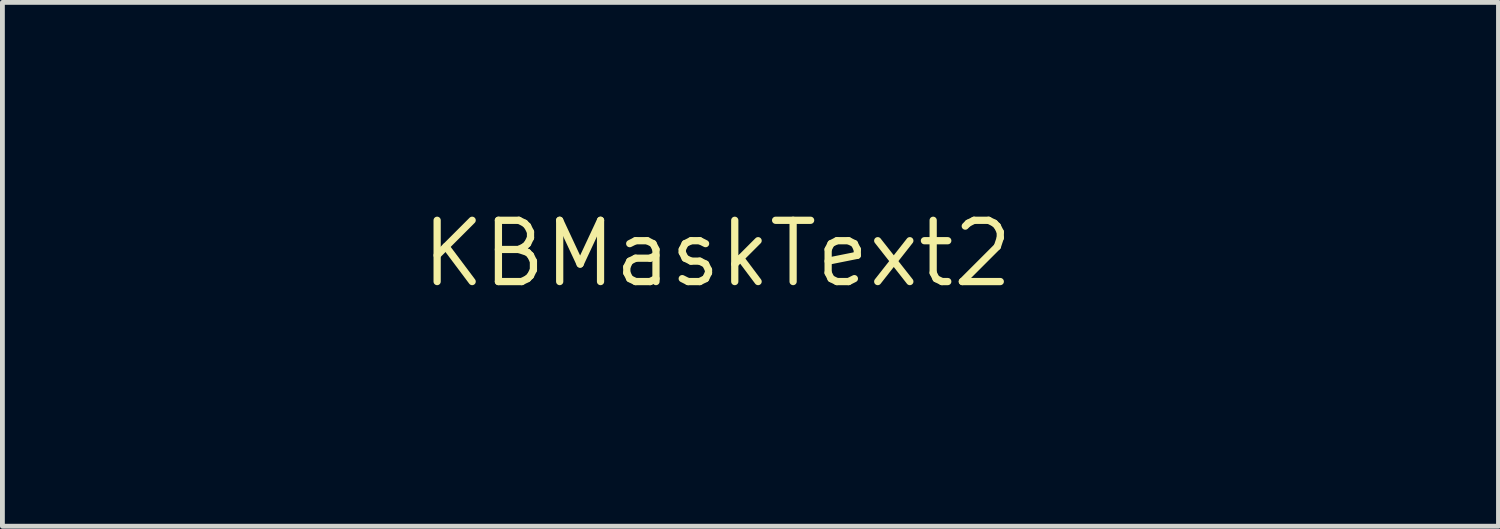
<source format=kicad_pcb>
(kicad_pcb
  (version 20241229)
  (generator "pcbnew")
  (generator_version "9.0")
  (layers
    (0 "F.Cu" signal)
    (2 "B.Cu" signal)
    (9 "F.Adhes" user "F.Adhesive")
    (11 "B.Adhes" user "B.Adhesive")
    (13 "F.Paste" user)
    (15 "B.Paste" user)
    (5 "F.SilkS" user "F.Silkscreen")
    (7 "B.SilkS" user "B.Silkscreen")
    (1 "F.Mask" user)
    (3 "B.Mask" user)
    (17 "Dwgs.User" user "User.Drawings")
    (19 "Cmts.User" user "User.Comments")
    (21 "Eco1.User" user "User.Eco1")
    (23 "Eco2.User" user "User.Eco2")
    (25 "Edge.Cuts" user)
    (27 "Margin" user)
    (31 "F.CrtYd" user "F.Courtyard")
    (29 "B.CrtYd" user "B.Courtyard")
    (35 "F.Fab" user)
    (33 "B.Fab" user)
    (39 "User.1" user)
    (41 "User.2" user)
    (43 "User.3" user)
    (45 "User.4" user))
  (footprint "KBMaskText2"
    (layer "F.Cu")
    (at 11.816 2.206)
    (property "Reference" "KBMaskText2" (at 0 0 0) (layer "F.SilkS") (effects (font (size 1.27 1.27) (thickness 0.15))))
    (attr through_hole)
    (fp_poly (pts (xy -8.086 1.651) (xy -8.445 1.651) (xy -8.445 -1.206) (xy -8.086 -1.206) (xy -8.086 1.651)) (stroke (width 0.01) (type solid)) (fill yes) (layer "F.Mask"))
    (fp_poly (pts (xy -8.234 -2.182) (xy -8.156 -2.158) (xy -8.09 -2.109) (xy -8.044 -2.036) (xy -8.029 -1.974) (xy -8.034 -1.877) (xy -8.073 -1.796) (xy -8.137 -1.735) (xy -8.217 -1.699) (xy -8.307 -1.694) (xy -8.398 -1.724) (xy -8.407 -1.73) (xy -8.477 -1.796) (xy -8.513 -1.887) (xy -8.519 -1.949) (xy -8.502 -2.041) (xy -8.457 -2.111) (xy -8.392 -2.158) (xy -8.315 -2.182) (xy -8.234 -2.182)) (stroke (width 0.01) (type solid)) (fill yes) (layer "F.Mask"))
    (fp_poly (pts (xy 10.816 -0.873) (xy 10.705 -0.859) (xy 10.546 -0.818) (xy 10.401 -0.74) (xy 10.274 -0.628) (xy 10.172 -0.486) (xy 10.142 -0.427) (xy 10.086 -0.307) (xy 10.08 0.672) (xy 10.074 1.651) (xy 9.716 1.651) (xy 9.716 0.725) (xy 9.716 0.48) (xy 9.717 0.273) (xy 9.719 0.099) (xy 9.723 -0.045) (xy 9.729 -0.164) (xy 9.737 -0.262) (xy 9.748 -0.344) (xy 9.762 -0.413) (xy 9.78 -0.475) (xy 9.802 -0.534) (xy 9.829 -0.594) (xy 9.846 -0.63) (xy 9.946 -0.792) (xy 10.074 -0.934) (xy 10.225 -1.051) (xy 10.391 -1.138) (xy 10.565 -1.19) (xy 10.659 -1.202) (xy 10.816 -1.212) (xy 10.816 -0.873)) (stroke (width 0.01) (type solid)) (fill yes) (layer "F.Mask"))
    (fp_poly (pts (xy -4.186 -1.133) (xy -4.18 -0.065) (xy -3.562 -0.636) (xy -2.943 -1.208) (xy -2.676 -1.202) (xy -2.408 -1.196) (xy -3.044 -0.626) (xy -3.68 -0.055) (xy -3.617 -0.009) (xy -3.599 0.006) (xy -3.577 0.026) (xy -3.551 0.054) (xy -3.517 0.093) (xy -3.475 0.145) (xy -3.421 0.213) (xy -3.353 0.299) (xy -3.27 0.406) (xy -3.17 0.538) (xy -3.05 0.696) (xy -2.908 0.883) (xy -2.787 1.042) (xy -2.327 1.651) (xy -2.787 1.651) (xy -3.313 0.962) (xy -3.428 0.811) (xy -3.536 0.671) (xy -3.635 0.544) (xy -3.722 0.434) (xy -3.793 0.346) (xy -3.845 0.282) (xy -3.876 0.247) (xy -3.882 0.242) (xy -3.923 0.219) (xy -3.96 0.217) (xy -4.003 0.239) (xy -4.062 0.287) (xy -4.086 0.31) (xy -4.191 0.408) (xy -4.191 1.651) (xy -4.551 1.651) (xy -4.551 -2.201) (xy -4.191 -2.201) (xy -4.186 -1.133)) (stroke (width 0.01) (type solid)) (fill yes) (layer "F.Mask"))
    (fp_poly (pts (xy -6.192 -1.194) (xy -6.106 -1.188) (xy -6.039 -1.177) (xy -5.977 -1.159) (xy -5.941 -1.146) (xy -5.768 -1.055) (xy -5.612 -0.93) (xy -5.478 -0.777) (xy -5.373 -0.604) (xy -5.335 -0.516) (xy -5.315 -0.457) (xy -5.298 -0.394) (xy -5.285 -0.321) (xy -5.274 -0.235) (xy -5.265 -0.131) (xy -5.259 -0.006) (xy -5.255 0.145) (xy -5.252 0.325) (xy -5.25 0.54) (xy -5.249 0.793) (xy -5.249 0.799) (xy -5.249 1.651) (xy -5.609 1.651) (xy -5.609 0.735) (xy -5.609 0.493) (xy -5.61 0.289) (xy -5.612 0.12) (xy -5.616 -0.02) (xy -5.622 -0.134) (xy -5.63 -0.226) (xy -5.641 -0.301) (xy -5.656 -0.363) (xy -5.675 -0.415) (xy -5.698 -0.463) (xy -5.725 -0.51) (xy -5.748 -0.545) (xy -5.846 -0.661) (xy -5.966 -0.755) (xy -6.1 -0.822) (xy -6.24 -0.858) (xy -6.369 -0.858) (xy -6.523 -0.816) (xy -6.665 -0.736) (xy -6.789 -0.624) (xy -6.889 -0.483) (xy -6.918 -0.427) (xy -6.974 -0.307) (xy -6.981 0.672) (xy -6.987 1.651) (xy -7.345 1.651) (xy -7.344 0.725) (xy -7.344 0.479) (xy -7.343 0.271) (xy -7.341 0.096) (xy -7.337 -0.049) (xy -7.331 -0.169) (xy -7.323 -0.268) (xy -7.311 -0.351) (xy -7.297 -0.421) (xy -7.279 -0.483) (xy -7.257 -0.542) (xy -7.23 -0.602) (xy -7.214 -0.635) (xy -7.117 -0.791) (xy -6.986 -0.933) (xy -6.832 -1.052) (xy -6.717 -1.117) (xy -6.644 -1.151) (xy -6.586 -1.173) (xy -6.532 -1.187) (xy -6.469 -1.193) (xy -6.385 -1.195) (xy -6.308 -1.195) (xy -6.192 -1.194)) (stroke (width 0.01) (type solid)) (fill yes) (layer "F.Mask"))
    (fp_poly (pts (xy 13.187 1.651) (xy 12.726 1.649) (xy 12.562 1.648) (xy 12.434 1.646) (xy 12.334 1.641) (xy 12.257 1.634) (xy 12.195 1.625) (xy 12.142 1.612) (xy 12.139 1.611) (xy 11.907 1.524) (xy 11.701 1.406) (xy 11.521 1.262) (xy 11.37 1.095) (xy 11.249 0.91) (xy 11.159 0.709) (xy 11.102 0.496) (xy 11.08 0.28) (xy 11.435 0.28) (xy 11.46 0.47) (xy 11.521 0.653) (xy 11.613 0.823) (xy 11.734 0.976) (xy 11.88 1.105) (xy 12.048 1.207) (xy 12.233 1.275) (xy 12.248 1.279) (xy 12.324 1.292) (xy 12.425 1.302) (xy 12.537 1.309) (xy 12.599 1.311) (xy 12.827 1.312) (xy 12.827 -0.82) (xy 12.578 -0.811) (xy 12.385 -0.796) (xy 12.224 -0.768) (xy 12.084 -0.723) (xy 11.956 -0.658) (xy 11.926 -0.639) (xy 11.767 -0.512) (xy 11.633 -0.354) (xy 11.53 -0.173) (xy 11.462 0.024) (xy 11.449 0.087) (xy 11.435 0.28) (xy 11.08 0.28) (xy 11.08 0.276) (xy 11.094 0.052) (xy 11.145 -0.172) (xy 11.236 -0.392) (xy 11.284 -0.479) (xy 11.372 -0.603) (xy 11.486 -0.73) (xy 11.614 -0.848) (xy 11.743 -0.945) (xy 11.78 -0.968) (xy 11.906 -1.037) (xy 12.025 -1.088) (xy 12.147 -1.123) (xy 12.285 -1.146) (xy 12.451 -1.161) (xy 12.497 -1.163) (xy 12.617 -1.17) (xy 12.701 -1.177) (xy 12.758 -1.185) (xy 12.793 -1.196) (xy 12.814 -1.211) (xy 12.819 -1.218) (xy 12.829 -1.241) (xy 12.837 -1.284) (xy 12.842 -1.351) (xy 12.846 -1.447) (xy 12.848 -1.575) (xy 12.848 -1.729) (xy 12.848 -2.201) (xy 13.187 -2.201) (xy 13.187 1.651)) (stroke (width 0.01) (type solid)) (fill yes) (layer "F.Mask"))
    (fp_poly (pts (xy -11.234 -2.201) (xy -10.994 -2.199) (xy -10.791 -2.195) (xy -10.62 -2.186) (xy -10.476 -2.173) (xy -10.353 -2.154) (xy -10.246 -2.128) (xy -10.15 -2.094) (xy -10.06 -2.052) (xy -9.97 -2.001) (xy -9.922 -1.97) (xy -9.72 -1.812) (xy -9.544 -1.625) (xy -9.396 -1.412) (xy -9.275 -1.178) (xy -9.184 -0.927) (xy -9.123 -0.663) (xy -9.092 -0.39) (xy -9.094 -0.113) (xy -9.128 0.164) (xy -9.196 0.437) (xy -9.299 0.702) (xy -9.313 0.73) (xy -9.444 0.959) (xy -9.603 1.161) (xy -9.785 1.334) (xy -9.988 1.473) (xy -10.208 1.577) (xy -10.272 1.599) (xy -10.319 1.613) (xy -10.361 1.625) (xy -10.406 1.633) (xy -10.457 1.64) (xy -10.52 1.645) (xy -10.601 1.648) (xy -10.705 1.65) (xy -10.837 1.651) (xy -11.002 1.651) (xy -11.124 1.651) (xy -11.811 1.651) (xy -11.811 -1.841) (xy -11.472 -1.841) (xy -11.472 1.316) (xy -10.959 1.308) (xy -10.796 1.305) (xy -10.67 1.302) (xy -10.573 1.299) (xy -10.5 1.294) (xy -10.445 1.287) (xy -10.401 1.277) (xy -10.363 1.265) (xy -10.331 1.252) (xy -10.139 1.149) (xy -9.964 1.01) (xy -9.81 0.839) (xy -9.68 0.638) (xy -9.575 0.412) (xy -9.499 0.165) (xy -9.495 0.148) (xy -9.453 -0.126) (xy -9.451 -0.398) (xy -9.491 -0.672) (xy -9.545 -0.873) (xy -9.633 -1.089) (xy -9.746 -1.287) (xy -9.883 -1.46) (xy -10.038 -1.605) (xy -10.207 -1.719) (xy -10.387 -1.796) (xy -10.473 -1.818) (xy -10.529 -1.825) (xy -10.618 -1.832) (xy -10.733 -1.837) (xy -10.865 -1.84) (xy -11.005 -1.841) (xy -11.029 -1.841) (xy -11.472 -1.841) (xy -11.811 -1.841) (xy -11.811 -2.201) (xy -11.234 -2.201)) (stroke (width 0.01) (type solid)) (fill yes) (layer "F.Mask"))
    (fp_poly (pts (xy 5.546 -1.19) (xy 5.738 -1.138) (xy 5.916 -1.049) (xy 6.085 -0.92) (xy 6.16 -0.849) (xy 6.315 -0.663) (xy 6.436 -0.451) (xy 6.523 -0.215) (xy 6.533 -0.18) (xy 6.555 -0.062) (xy 6.568 0.08) (xy 6.572 0.233) (xy 6.568 0.384) (xy 6.555 0.52) (xy 6.534 0.624) (xy 6.443 0.872) (xy 6.326 1.088) (xy 6.185 1.272) (xy 6.019 1.423) (xy 5.83 1.539) (xy 5.655 1.609) (xy 5.506 1.641) (xy 5.338 1.652) (xy 5.168 1.644) (xy 5.014 1.615) (xy 4.973 1.603) (xy 4.768 1.511) (xy 4.584 1.384) (xy 4.424 1.225) (xy 4.289 1.036) (xy 4.184 0.821) (xy 4.124 0.641) (xy 4.092 0.477) (xy 4.077 0.293) (xy 4.078 0.177) (xy 4.428 0.177) (xy 4.44 0.385) (xy 4.466 0.517) (xy 4.533 0.716) (xy 4.626 0.89) (xy 4.74 1.036) (xy 4.872 1.152) (xy 5.018 1.237) (xy 5.175 1.288) (xy 5.339 1.303) (xy 5.506 1.279) (xy 5.646 1.228) (xy 5.805 1.132) (xy 5.94 1.004) (xy 6.051 0.851) (xy 6.135 0.677) (xy 6.192 0.489) (xy 6.22 0.291) (xy 6.217 0.089) (xy 6.181 -0.112) (xy 6.112 -0.305) (xy 6.094 -0.343) (xy 6.002 -0.488) (xy 5.884 -0.621) (xy 5.75 -0.732) (xy 5.654 -0.789) (xy 5.581 -0.823) (xy 5.52 -0.843) (xy 5.456 -0.853) (xy 5.373 -0.857) (xy 5.324 -0.857) (xy 5.225 -0.856) (xy 5.153 -0.848) (xy 5.093 -0.833) (xy 5.028 -0.806) (xy 5.006 -0.795) (xy 4.844 -0.693) (xy 4.705 -0.56) (xy 4.592 -0.401) (xy 4.507 -0.222) (xy 4.452 -0.027) (xy 4.428 0.177) (xy 4.078 0.177) (xy 4.079 0.104) (xy 4.097 -0.075) (xy 4.124 -0.197) (xy 4.205 -0.421) (xy 4.315 -0.627) (xy 4.45 -0.806) (xy 4.605 -0.953) (xy 4.621 -0.965) (xy 4.791 -1.077) (xy 4.961 -1.152) (xy 5.142 -1.194) (xy 5.335 -1.206) (xy 5.546 -1.19)) (stroke (width 0.01) (type solid)) (fill yes) (layer "F.Mask"))
    (fp_poly (pts (xy -1.185 -0.053) (xy -1.107 0.157) (xy -1.033 0.354) (xy -0.965 0.535) (xy -0.904 0.697) (xy -0.851 0.836) (xy -0.808 0.949) (xy -0.776 1.032) (xy -0.757 1.082) (xy -0.75 1.095) (xy -0.742 1.075) (xy -0.721 1.019) (xy -0.688 0.93) (xy -0.644 0.813) (xy -0.591 0.672) (xy -0.53 0.509) (xy -0.463 0.328) (xy -0.39 0.134) (xy -0.364 0.064) (xy -0.289 -0.139) (xy -0.217 -0.333) (xy -0.149 -0.514) (xy -0.088 -0.678) (xy -0.035 -0.821) (xy 0.009 -0.938) (xy 0.041 -1.025) (xy 0.061 -1.078) (xy 0.063 -1.085) (xy 0.109 -1.206) (xy 0.29 -1.206) (xy 0.377 -1.206) (xy 0.43 -1.202) (xy 0.456 -1.194) (xy 0.462 -1.18) (xy 0.46 -1.169) (xy 0.448 -1.13) (xy 0.421 -1.055) (xy 0.383 -0.949) (xy 0.333 -0.815) (xy 0.275 -0.657) (xy 0.208 -0.479) (xy 0.135 -0.284) (xy 0.058 -0.076) (xy -0.024 0.141) (xy -0.108 0.363) (xy -0.192 0.587) (xy -0.276 0.808) (xy -0.358 1.024) (xy -0.437 1.23) (xy -0.51 1.422) (xy -0.577 1.597) (xy -0.637 1.751) (xy -0.687 1.881) (xy -0.727 1.982) (xy -0.755 2.05) (xy -0.769 2.083) (xy -0.882 2.253) (xy -1.024 2.397) (xy -1.19 2.512) (xy -1.375 2.593) (xy -1.571 2.638) (xy -1.696 2.646) (xy -1.799 2.646) (xy -1.799 2.286) (xy -1.655 2.286) (xy -1.506 2.269) (xy -1.373 2.217) (xy -1.249 2.126) (xy -1.2 2.076) (xy -1.093 1.94) (xy -1.026 1.8) (xy -0.999 1.652) (xy -1.01 1.489) (xy -1.027 1.409) (xy -1.041 1.361) (xy -1.069 1.278) (xy -1.109 1.164) (xy -1.159 1.023) (xy -1.219 0.859) (xy -1.285 0.678) (xy -1.357 0.483) (xy -1.433 0.278) (xy -1.465 0.192) (xy -1.544 -0.016) (xy -1.619 -0.218) (xy -1.69 -0.407) (xy -1.755 -0.58) (xy -1.812 -0.734) (xy -1.86 -0.862) (xy -1.898 -0.961) (xy -1.922 -1.027) (xy -1.928 -1.042) (xy -1.989 -1.206) (xy -1.615 -1.206) (xy -1.185 -0.053)) (stroke (width 0.01) (type solid)) (fill yes) (layer "F.Mask"))
    (fp_poly (pts (xy 8.175 -1.198) (xy 8.291 -1.18) (xy 8.31 -1.175) (xy 8.497 -1.102) (xy 8.665 -1.001) (xy 8.808 -0.876) (xy 8.917 -0.732) (xy 8.945 -0.683) (xy 9.006 -0.561) (xy 9.006 1.005) (xy 8.944 1.129) (xy 8.85 1.271) (xy 8.722 1.398) (xy 8.568 1.506) (xy 8.396 1.588) (xy 8.295 1.62) (xy 8.188 1.639) (xy 8.058 1.649) (xy 7.92 1.648) (xy 7.787 1.639) (xy 7.675 1.621) (xy 7.641 1.611) (xy 7.439 1.527) (xy 7.268 1.418) (xy 7.128 1.284) (xy 7.024 1.128) (xy 7.016 1.111) (xy 6.984 1.043) (xy 6.966 0.983) (xy 6.956 0.916) (xy 6.954 0.844) (xy 7.291 0.844) (xy 7.293 0.854) (xy 7.34 0.975) (xy 7.425 1.084) (xy 7.545 1.178) (xy 7.614 1.216) (xy 7.701 1.251) (xy 7.805 1.279) (xy 7.907 1.297) (xy 7.992 1.302) (xy 8.012 1.3) (xy 8.059 1.293) (xy 8.125 1.284) (xy 8.146 1.281) (xy 8.275 1.247) (xy 8.402 1.183) (xy 8.514 1.099) (xy 8.6 1) (xy 8.621 0.966) (xy 8.64 0.925) (xy 8.653 0.88) (xy 8.662 0.822) (xy 8.669 0.742) (xy 8.673 0.632) (xy 8.675 0.577) (xy 8.682 0.275) (xy 8.527 0.277) (xy 8.446 0.278) (xy 8.337 0.282) (xy 8.212 0.287) (xy 8.085 0.293) (xy 8.065 0.294) (xy 7.939 0.301) (xy 7.845 0.309) (xy 7.775 0.319) (xy 7.717 0.334) (xy 7.661 0.354) (xy 7.624 0.37) (xy 7.502 0.441) (xy 7.403 0.53) (xy 7.332 0.632) (xy 7.293 0.738) (xy 7.291 0.844) (xy 6.954 0.844) (xy 6.953 0.827) (xy 6.953 0.794) (xy 6.955 0.695) (xy 6.962 0.623) (xy 6.978 0.563) (xy 7.005 0.499) (xy 7.016 0.476) (xy 7.117 0.317) (xy 7.252 0.181) (xy 7.419 0.069) (xy 7.615 -0.015) (xy 7.638 -0.023) (xy 7.696 -0.039) (xy 7.758 -0.052) (xy 7.833 -0.061) (xy 7.927 -0.068) (xy 8.048 -0.074) (xy 8.203 -0.079) (xy 8.209 -0.079) (xy 8.639 -0.091) (xy 8.661 -0.146) (xy 8.671 -0.197) (xy 8.675 -0.271) (xy 8.672 -0.333) (xy 8.642 -0.478) (xy 8.576 -0.604) (xy 8.478 -0.708) (xy 8.352 -0.786) (xy 8.202 -0.835) (xy 8.03 -0.854) (xy 8.012 -0.854) (xy 7.835 -0.833) (xy 7.675 -0.774) (xy 7.532 -0.676) (xy 7.409 -0.542) (xy 7.396 -0.523) (xy 7.354 -0.463) (xy 7.211 -0.572) (xy 7.068 -0.68) (xy 7.17 -0.81) (xy 7.291 -0.938) (xy 7.433 -1.048) (xy 7.584 -1.13) (xy 7.641 -1.152) (xy 7.755 -1.18) (xy 7.893 -1.197) (xy 8.038 -1.204) (xy 8.175 -1.198)) (stroke (width 0.01) (type solid)) (fill yes) (layer "F.Mask"))
    (fp_poly (pts (xy 1.857 -2.201) (xy 2.044 -2.2) (xy 2.224 -2.199) (xy 2.39 -2.196) (xy 2.537 -2.193) (xy 2.659 -2.189) (xy 2.75 -2.184) (xy 2.805 -2.18) (xy 2.992 -2.133) (xy 3.167 -2.049) (xy 3.323 -1.934) (xy 3.455 -1.792) (xy 3.559 -1.628) (xy 3.627 -1.447) (xy 3.638 -1.401) (xy 3.661 -1.196) (xy 3.642 -0.996) (xy 3.583 -0.806) (xy 3.485 -0.628) (xy 3.372 -0.489) (xy 3.262 -0.375) (xy 3.381 -0.267) (xy 3.531 -0.105) (xy 3.641 0.072) (xy 3.713 0.265) (xy 3.746 0.476) (xy 3.749 0.563) (xy 3.729 0.779) (xy 3.671 0.979) (xy 3.577 1.161) (xy 3.449 1.321) (xy 3.291 1.456) (xy 3.105 1.562) (xy 3.008 1.601) (xy 2.973 1.613) (xy 2.94 1.623) (xy 2.904 1.631) (xy 2.861 1.637) (xy 2.807 1.642) (xy 2.738 1.645) (xy 2.648 1.647) (xy 2.534 1.649) (xy 2.392 1.65) (xy 2.216 1.65) (xy 2.003 1.651) (xy 1.963 1.651) (xy 1.058 1.651) (xy 1.058 0.404) (xy 1.397 0.404) (xy 1.398 0.567) (xy 1.399 0.725) (xy 1.401 0.871) (xy 1.404 0.996) (xy 1.407 1.093) (xy 1.411 1.151) (xy 1.425 1.314) (xy 2.136 1.308) (xy 2.329 1.306) (xy 2.485 1.304) (xy 2.608 1.302) (xy 2.703 1.299) (xy 2.775 1.295) (xy 2.829 1.29) (xy 2.87 1.283) (xy 2.902 1.274) (xy 2.931 1.263) (xy 2.947 1.256) (xy 3.049 1.194) (xy 3.152 1.109) (xy 3.244 1.011) (xy 3.31 0.915) (xy 3.314 0.907) (xy 3.373 0.747) (xy 3.393 0.582) (xy 3.376 0.419) (xy 3.324 0.263) (xy 3.239 0.12) (xy 3.124 -0.002) (xy 2.98 -0.099) (xy 2.951 -0.114) (xy 2.923 -0.127) (xy 2.893 -0.137) (xy 2.856 -0.145) (xy 2.808 -0.152) (xy 2.747 -0.157) (xy 2.666 -0.161) (xy 2.563 -0.165) (xy 2.433 -0.167) (xy 2.272 -0.17) (xy 2.077 -0.172) (xy 1.879 -0.174) (xy 1.397 -0.18) (xy 1.397 0.404) (xy 1.058 0.404) (xy 1.058 -1.816) (xy 1.418 -1.816) (xy 1.418 -1.197) (xy 1.419 -1.04) (xy 1.42 -0.896) (xy 1.422 -0.771) (xy 1.425 -0.671) (xy 1.428 -0.601) (xy 1.432 -0.566) (xy 1.433 -0.563) (xy 1.457 -0.56) (xy 1.519 -0.557) (xy 1.612 -0.555) (xy 1.733 -0.554) (xy 1.875 -0.553) (xy 2.035 -0.554) (xy 2.148 -0.555) (xy 2.847 -0.561) (xy 2.962 -0.624) (xy 3.092 -0.718) (xy 3.191 -0.833) (xy 3.257 -0.964) (xy 3.291 -1.103) (xy 3.293 -1.246) (xy 3.264 -1.387) (xy 3.203 -1.52) (xy 3.111 -1.638) (xy 2.988 -1.737) (xy 2.924 -1.772) (xy 2.885 -1.791) (xy 2.85 -1.805) (xy 2.812 -1.816) (xy 2.766 -1.823) (xy 2.704 -1.829) (xy 2.621 -1.832) (xy 2.51 -1.835) (xy 2.365 -1.837) (xy 2.307 -1.838) (xy 2.152 -1.839) (xy 1.999 -1.839) (xy 1.856 -1.838) (xy 1.733 -1.836) (xy 1.64 -1.832) (xy 1.614 -1.831) (xy 1.418 -1.816) (xy 1.058 -1.816) (xy 1.058 -2.201) (xy 1.857 -2.201)) (stroke (width 0.01) (type solid)) (fill yes) (layer "F.Mask")))
  (gr_rect
    (start -3 -3)
    (end 28.008 7.857)
    (stroke (width 0.1) (type default))
    (fill no)
    (layer "Edge.Cuts")))
</source>
